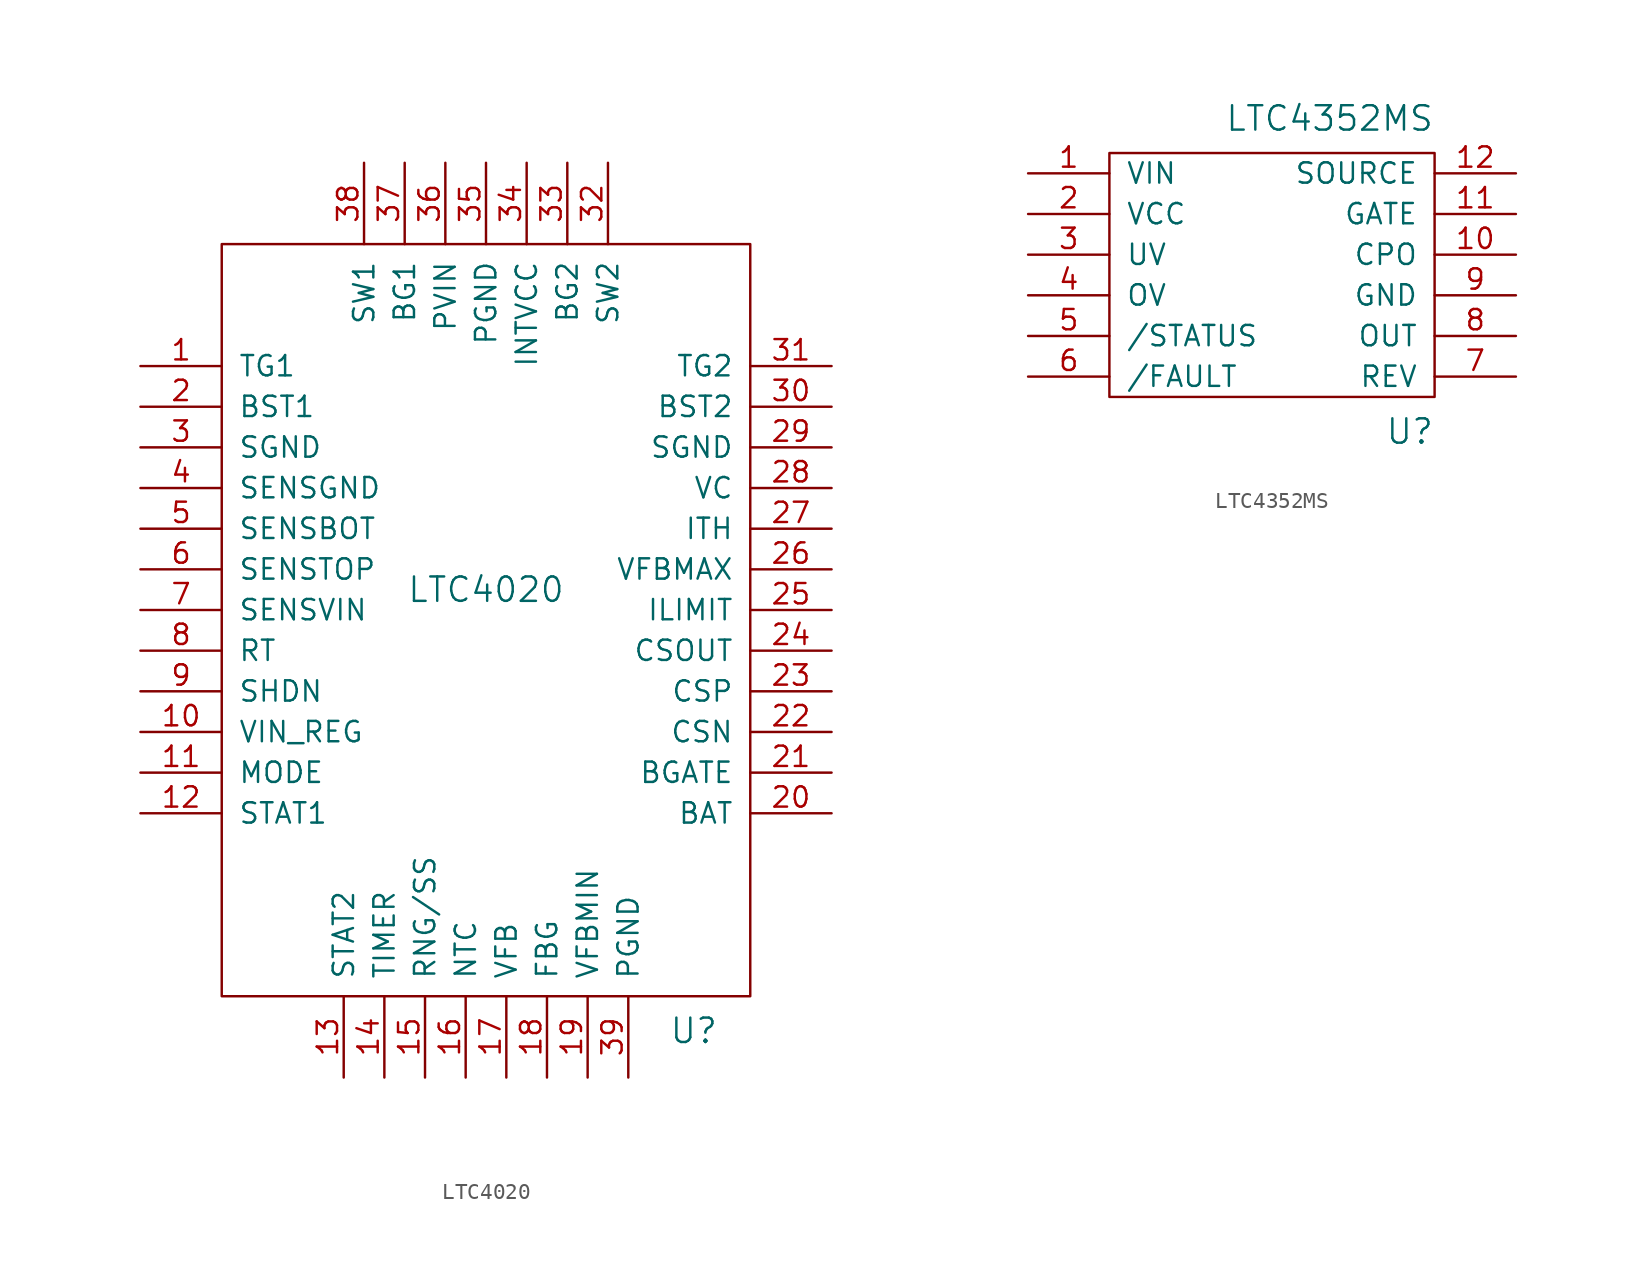
<source format=kicad_sym>
(kicad_symbol_lib
  (version 20211014)
  (generator kicad_symbol_editor)
  (symbol "LTC4020"
    (pin_names
      (offset 1.016))
    (property "Reference" "U"
      (at 11.43 -26.67 0)
      (effects (font (size 1.524 1.524)) (justify left top)))
    (property "Value" "LTC4020"
      (at 0 0 0)
      (effects (font (size 1.524 1.524))))
    (property "Footprint" ""
      (at 19.05 0 0)
      (effects (font (size 1.524 1.524))))
    (property "Datasheet" ""
      (at 19.05 0 0)
      (effects (font (size 1.524 1.524))))
    (symbol "LTC4020_0_1"
      (rectangle (start -16.51 21.59) (end 16.51 -25.4) (stroke (width 0) (type default) (color 0 0 0 0)) (fill (type none))))
    (symbol "LTC4020_1_1"
      (pin output line (at -21.59 13.97 0) (length 5.08) (name "TG1" (effects (font (size 1.27 1.27)))) (number "1" (effects (font (size 1.27 1.27)))))
      (pin input line (at -21.59 -8.89 0) (length 5.08) (name "VIN_REG" (effects (font (size 1.27 1.27)))) (number "10" (effects (font (size 1.27 1.27)))))
      (pin input line (at -21.59 -11.43 0) (length 5.08) (name "MODE" (effects (font (size 1.27 1.27)))) (number "11" (effects (font (size 1.27 1.27)))))
      (pin output line (at -21.59 -13.97 0) (length 5.08) (name "STAT1" (effects (font (size 1.27 1.27)))) (number "12" (effects (font (size 1.27 1.27)))))
      (pin output line (at -8.89 -30.48 90) (length 5.08) (name "STAT2" (effects (font (size 1.27 1.27)))) (number "13" (effects (font (size 1.27 1.27)))))
      (pin input line (at -6.35 -30.48 90) (length 5.08) (name "TIMER" (effects (font (size 1.27 1.27)))) (number "14" (effects (font (size 1.27 1.27)))))
      (pin input line (at -3.81 -30.48 90) (length 5.08) (name "RNG/SS" (effects (font (size 1.27 1.27)))) (number "15" (effects (font (size 1.27 1.27)))))
      (pin input line (at -1.27 -30.48 90) (length 5.08) (name "NTC" (effects (font (size 1.27 1.27)))) (number "16" (effects (font (size 1.27 1.27)))))
      (pin input line (at 1.27 -30.48 90) (length 5.08) (name "VFB" (effects (font (size 1.27 1.27)))) (number "17" (effects (font (size 1.27 1.27)))))
      (pin input line (at 3.81 -30.48 90) (length 5.08) (name "FBG" (effects (font (size 1.27 1.27)))) (number "18" (effects (font (size 1.27 1.27)))))
      (pin input line (at 6.35 -30.48 90) (length 5.08) (name "VFBMIN" (effects (font (size 1.27 1.27)))) (number "19" (effects (font (size 1.27 1.27)))))
      (pin output line (at -21.59 11.43 0) (length 5.08) (name "BST1" (effects (font (size 1.27 1.27)))) (number "2" (effects (font (size 1.27 1.27)))))
      (pin input line (at 21.59 -13.97 180) (length 5.08) (name "BAT" (effects (font (size 1.27 1.27)))) (number "20" (effects (font (size 1.27 1.27)))))
      (pin output line (at 21.59 -11.43 180) (length 5.08) (name "BGATE" (effects (font (size 1.27 1.27)))) (number "21" (effects (font (size 1.27 1.27)))))
      (pin input line (at 21.59 -8.89 180) (length 5.08) (name "CSN" (effects (font (size 1.27 1.27)))) (number "22" (effects (font (size 1.27 1.27)))))
      (pin input line (at 21.59 -6.35 180) (length 5.08) (name "CSP" (effects (font (size 1.27 1.27)))) (number "23" (effects (font (size 1.27 1.27)))))
      (pin output line (at 21.59 -3.81 180) (length 5.08) (name "CSOUT" (effects (font (size 1.27 1.27)))) (number "24" (effects (font (size 1.27 1.27)))))
      (pin input line (at 21.59 -1.27 180) (length 5.08) (name "ILIMIT" (effects (font (size 1.27 1.27)))) (number "25" (effects (font (size 1.27 1.27)))))
      (pin input line (at 21.59 1.27 180) (length 5.08) (name "VFBMAX" (effects (font (size 1.27 1.27)))) (number "26" (effects (font (size 1.27 1.27)))))
      (pin input line (at 21.59 3.81 180) (length 5.08) (name "ITH" (effects (font (size 1.27 1.27)))) (number "27" (effects (font (size 1.27 1.27)))))
      (pin input line (at 21.59 6.35 180) (length 5.08) (name "VC" (effects (font (size 1.27 1.27)))) (number "28" (effects (font (size 1.27 1.27)))))
      (pin power_out line (at 21.59 8.89 180) (length 5.08) (name "SGND" (effects (font (size 1.27 1.27)))) (number "29" (effects (font (size 1.27 1.27)))))
      (pin power_out line (at -21.59 8.89 0) (length 5.08) (name "SGND" (effects (font (size 1.27 1.27)))) (number "3" (effects (font (size 1.27 1.27)))))
      (pin output line (at 21.59 11.43 180) (length 5.08) (name "BST2" (effects (font (size 1.27 1.27)))) (number "30" (effects (font (size 1.27 1.27)))))
      (pin output line (at 21.59 13.97 180) (length 5.08) (name "TG2" (effects (font (size 1.27 1.27)))) (number "31" (effects (font (size 1.27 1.27)))))
      (pin input line (at 7.62 26.67 270) (length 5.08) (name "SW2" (effects (font (size 1.27 1.27)))) (number "32" (effects (font (size 1.27 1.27)))))
      (pin output line (at 5.08 26.67 270) (length 5.08) (name "BG2" (effects (font (size 1.27 1.27)))) (number "33" (effects (font (size 1.27 1.27)))))
      (pin power_out line (at 2.54 26.67 270) (length 5.08) (name "INTVCC" (effects (font (size 1.27 1.27)))) (number "34" (effects (font (size 1.27 1.27)))))
      (pin power_out line (at 0 26.67 270) (length 5.08) (name "PGND" (effects (font (size 1.27 1.27)))) (number "35" (effects (font (size 1.27 1.27)))))
      (pin power_in line (at -2.54 26.67 270) (length 5.08) (name "PVIN" (effects (font (size 1.27 1.27)))) (number "36" (effects (font (size 1.27 1.27)))))
      (pin output line (at -5.08 26.67 270) (length 5.08) (name "BG1" (effects (font (size 1.27 1.27)))) (number "37" (effects (font (size 1.27 1.27)))))
      (pin input line (at -7.62 26.67 270) (length 5.08) (name "SW1" (effects (font (size 1.27 1.27)))) (number "38" (effects (font (size 1.27 1.27)))))
      (pin input line (at 8.89 -30.48 90) (length 5.08) (name "PGND" (effects (font (size 1.27 1.27)))) (number "39" (effects (font (size 1.27 1.27)))))
      (pin input line (at -21.59 6.35 0) (length 5.08) (name "SENSGND" (effects (font (size 1.27 1.27)))) (number "4" (effects (font (size 1.27 1.27)))))
      (pin input line (at -21.59 3.81 0) (length 5.08) (name "SENSBOT" (effects (font (size 1.27 1.27)))) (number "5" (effects (font (size 1.27 1.27)))))
      (pin input line (at -21.59 1.27 0) (length 5.08) (name "SENSTOP" (effects (font (size 1.27 1.27)))) (number "6" (effects (font (size 1.27 1.27)))))
      (pin input line (at -21.59 -1.27 0) (length 5.08) (name "SENSVIN" (effects (font (size 1.27 1.27)))) (number "7" (effects (font (size 1.27 1.27)))))
      (pin input line (at -21.59 -3.81 0) (length 5.08) (name "RT" (effects (font (size 1.27 1.27)))) (number "8" (effects (font (size 1.27 1.27)))))
      (pin input line (at -21.59 -6.35 0) (length 5.08) (name "SHDN" (effects (font (size 1.27 1.27)))) (number "9" (effects (font (size 1.27 1.27)))))))
  (symbol "LTC4352MS"
    (pin_names
      (offset 1.016))
    (property "Reference" "U"
      (at 10.16 -7.62 0)
      (effects (font (size 1.524 1.524)) (justify right top)))
    (property "Value" "LTC4352MS"
      (at 10.16 10.16 0)
      (effects (font (size 1.524 1.524)) (justify right bottom)))
    (property "Footprint" ""
      (at 0 0 0)
      (effects (font (size 1.524 1.524))))
    (property "Datasheet" ""
      (at 0 0 0)
      (effects (font (size 1.524 1.524))))
    (symbol "LTC4352MS_0_0"
      (rectangle (start -10.16 8.89) (end 10.16 -6.35) (stroke (width 0) (type default) (color 0 0 0 0)) (fill (type none))))
    (symbol "LTC4352MS_1_1"
      (pin input line (at -15.24 7.62 0) (length 5.08) (name "VIN" (effects (font (size 1.27 1.27)))) (number "1" (effects (font (size 1.27 1.27)))))
      (pin passive line (at 15.24 2.54 180) (length 5.08) (name "CPO" (effects (font (size 1.27 1.27)))) (number "10" (effects (font (size 1.27 1.27)))))
      (pin power_out line (at 15.24 5.08 180) (length 5.08) (name "GATE" (effects (font (size 1.27 1.27)))) (number "11" (effects (font (size 1.27 1.27)))))
      (pin passive line (at 15.24 7.62 180) (length 5.08) (name "SOURCE" (effects (font (size 1.27 1.27)))) (number "12" (effects (font (size 1.27 1.27)))))
      (pin power_in line (at -15.24 5.08 0) (length 5.08) (name "VCC" (effects (font (size 1.27 1.27)))) (number "2" (effects (font (size 1.27 1.27)))))
      (pin input line (at -15.24 2.54 0) (length 5.08) (name "UV" (effects (font (size 1.27 1.27)))) (number "3" (effects (font (size 1.27 1.27)))))
      (pin input line (at -15.24 0 0) (length 5.08) (name "OV" (effects (font (size 1.27 1.27)))) (number "4" (effects (font (size 1.27 1.27)))))
      (pin output line (at -15.24 -2.54 0) (length 5.08) (name "/STATUS" (effects (font (size 1.27 1.27)))) (number "5" (effects (font (size 1.27 1.27)))))
      (pin output line (at -15.24 -5.08 0) (length 5.08) (name "/FAULT" (effects (font (size 1.27 1.27)))) (number "6" (effects (font (size 1.27 1.27)))))
      (pin input line (at 15.24 -5.08 180) (length 5.08) (name "REV" (effects (font (size 1.27 1.27)))) (number "7" (effects (font (size 1.27 1.27)))))
      (pin output line (at 15.24 -2.54 180) (length 5.08) (name "OUT" (effects (font (size 1.27 1.27)))) (number "8" (effects (font (size 1.27 1.27)))))
      (pin power_in line (at 15.24 0 180) (length 5.08) (name "GND" (effects (font (size 1.27 1.27)))) (number "9" (effects (font (size 1.27 1.27))))))))
</source>
